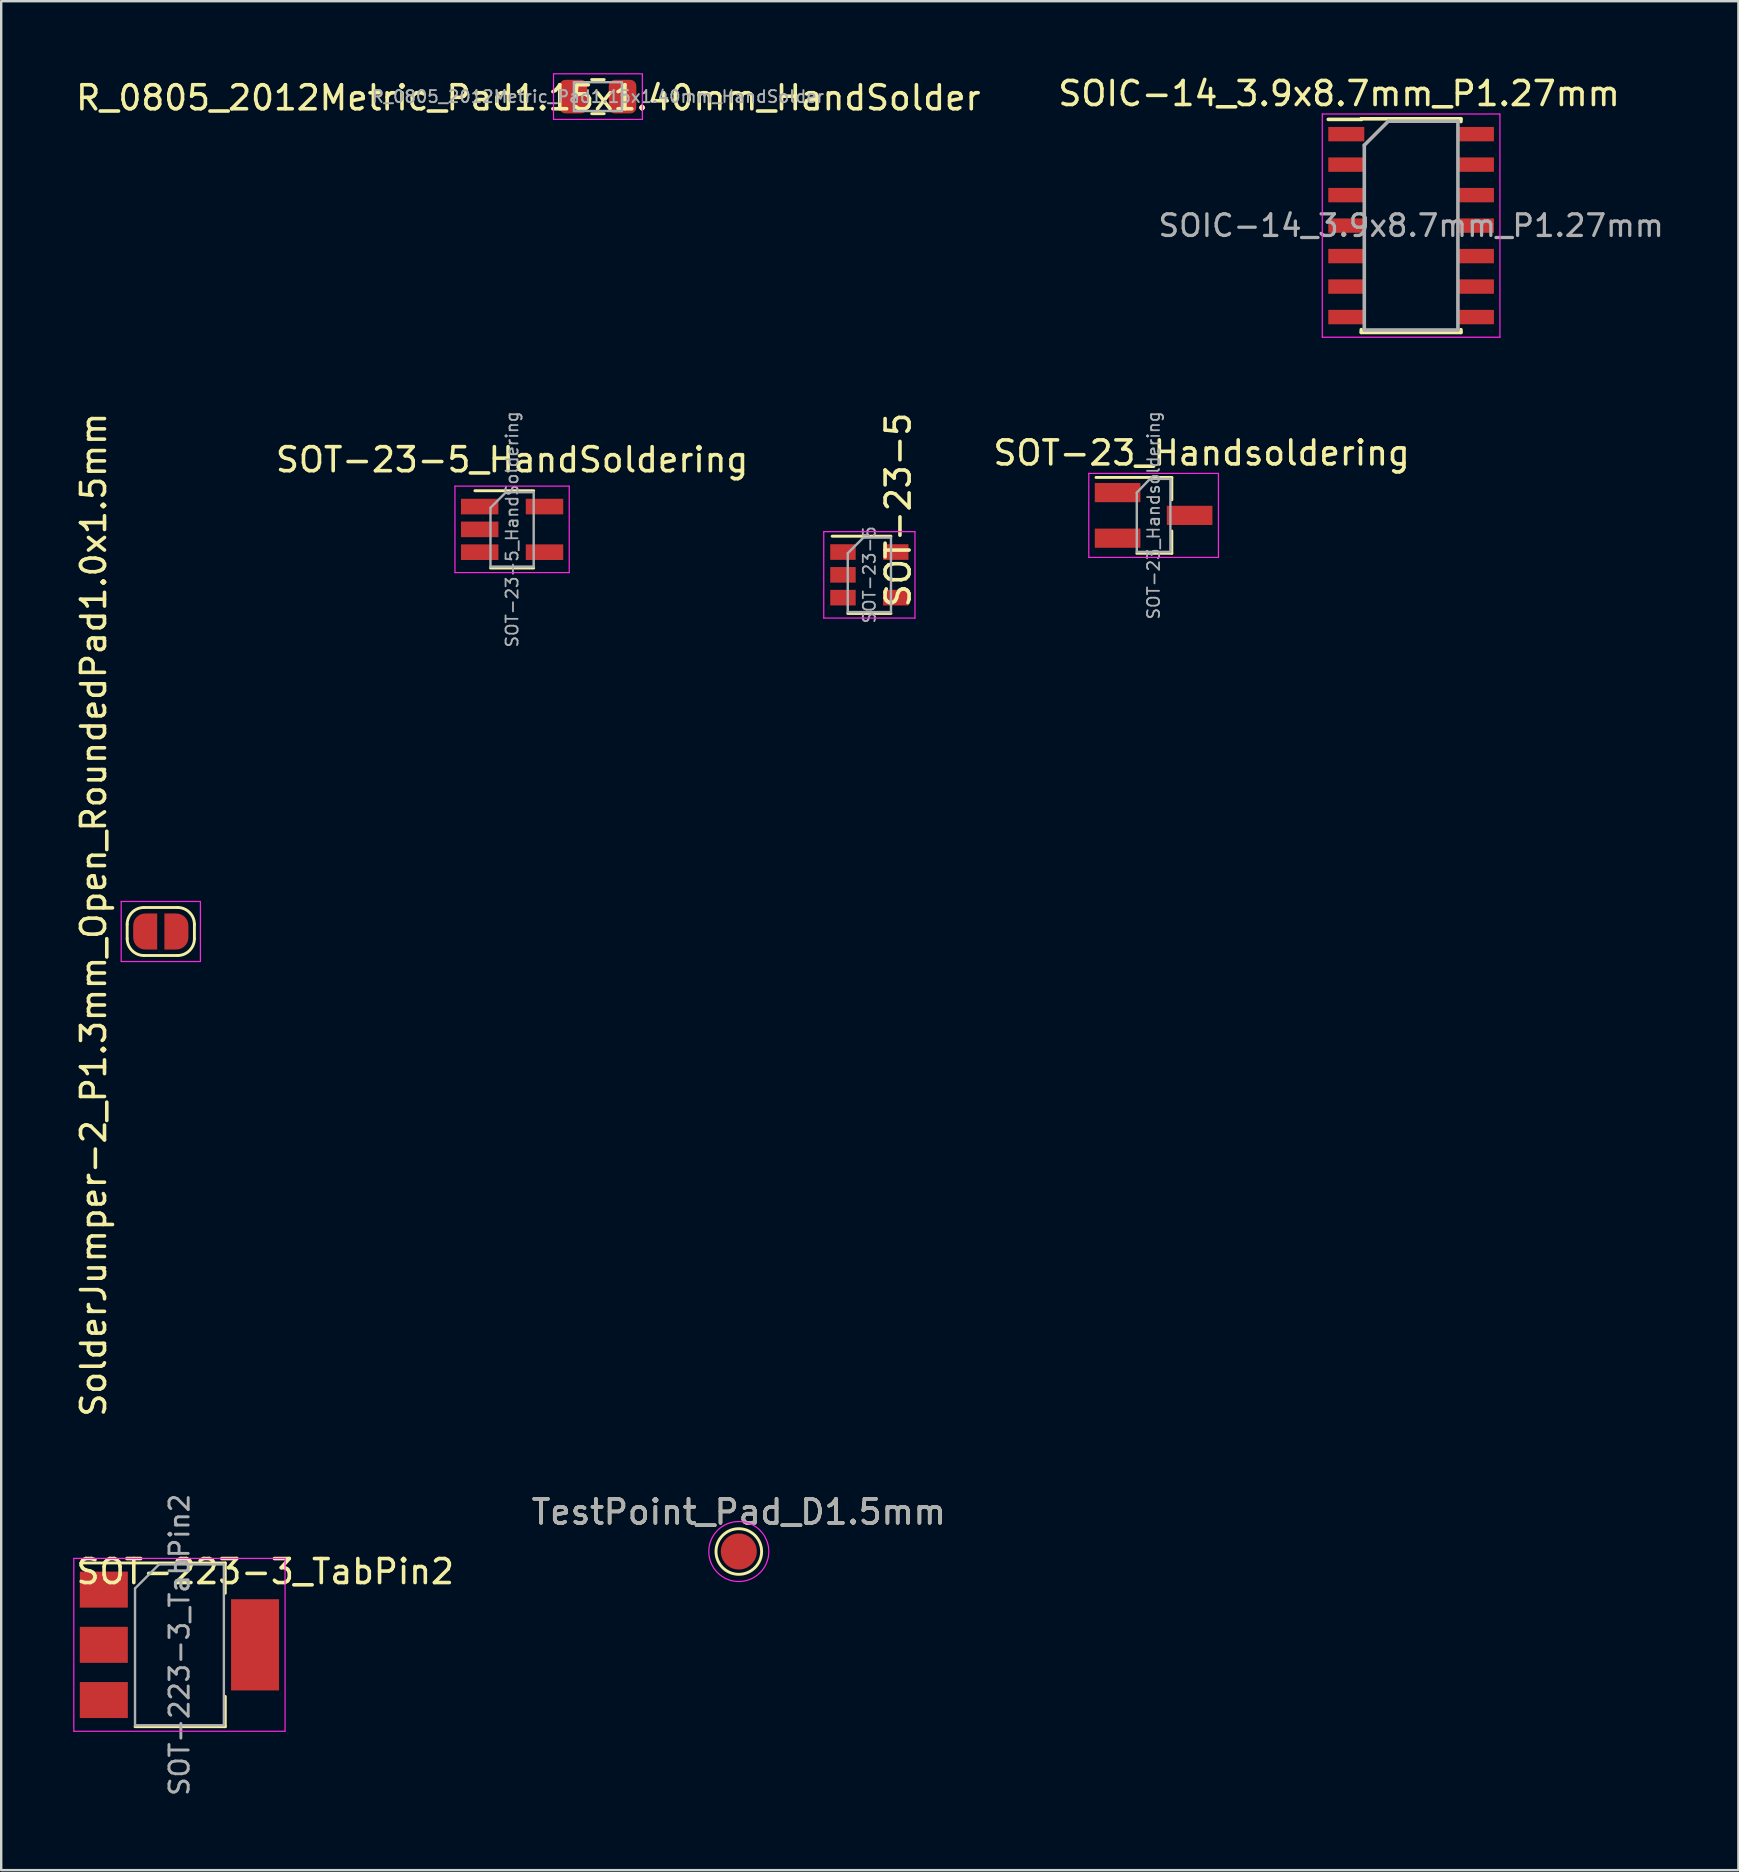
<source format=kicad_pcb>
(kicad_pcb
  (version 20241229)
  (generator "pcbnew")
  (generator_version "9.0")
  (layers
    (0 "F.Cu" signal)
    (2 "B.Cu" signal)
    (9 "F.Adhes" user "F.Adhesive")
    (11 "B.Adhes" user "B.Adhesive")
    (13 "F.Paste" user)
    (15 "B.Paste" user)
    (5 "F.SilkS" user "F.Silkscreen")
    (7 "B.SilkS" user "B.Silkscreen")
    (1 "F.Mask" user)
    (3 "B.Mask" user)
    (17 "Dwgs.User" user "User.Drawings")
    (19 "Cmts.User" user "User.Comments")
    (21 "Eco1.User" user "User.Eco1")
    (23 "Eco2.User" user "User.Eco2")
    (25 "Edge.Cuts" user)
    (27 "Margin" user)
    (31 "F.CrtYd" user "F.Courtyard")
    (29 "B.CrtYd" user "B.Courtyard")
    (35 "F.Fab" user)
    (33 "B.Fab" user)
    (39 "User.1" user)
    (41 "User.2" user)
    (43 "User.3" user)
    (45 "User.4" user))
  (footprint "SOIC-14_3.9x8.7mm_P1.27mm"
    (layer "F.Cu")
    (at 55.732 6.348)
    (property "Reference" "SOIC-14_3.9x8.7mm_P1.27mm" (at -3 -5.5 0) (layer "F.SilkS") (effects (font (size 1 1) (thickness 0.15))))
    (attr smd)
    (fp_line (start -2.075 -4.45) (end -2.075 -4.425) (stroke (width 0.15) (type solid)) (layer "F.SilkS"))
    (fp_line (start -2.075 -4.45) (end 2.075 -4.45) (stroke (width 0.15) (type solid)) (layer "F.SilkS"))
    (fp_line (start -2.075 -4.425) (end -3.45 -4.425) (stroke (width 0.15) (type solid)) (layer "F.SilkS"))
    (fp_line (start -2.075 4.45) (end -2.075 4.335) (stroke (width 0.15) (type solid)) (layer "F.SilkS"))
    (fp_line (start -2.075 4.45) (end 2.075 4.45) (stroke (width 0.15) (type solid)) (layer "F.SilkS"))
    (fp_line (start 2.075 -4.45) (end 2.075 -4.335) (stroke (width 0.15) (type solid)) (layer "F.SilkS"))
    (fp_line (start 2.075 4.45) (end 2.075 4.335) (stroke (width 0.15) (type solid)) (layer "F.SilkS"))
    (fp_line (start -3.7 -4.65) (end -3.7 4.65) (stroke (width 0.05) (type solid)) (layer "F.CrtYd"))
    (fp_line (start -3.7 -4.65) (end 3.7 -4.65) (stroke (width 0.05) (type solid)) (layer "F.CrtYd"))
    (fp_line (start -3.7 4.65) (end 3.7 4.65) (stroke (width 0.05) (type solid)) (layer "F.CrtYd"))
    (fp_line (start 3.7 -4.65) (end 3.7 4.65) (stroke (width 0.05) (type solid)) (layer "F.CrtYd"))
    (fp_line (start -1.95 -3.35) (end -0.95 -4.35) (stroke (width 0.15) (type solid)) (layer "F.Fab"))
    (fp_line (start -1.95 4.35) (end -1.95 -3.35) (stroke (width 0.15) (type solid)) (layer "F.Fab"))
    (fp_line (start -0.95 -4.35) (end 1.95 -4.35) (stroke (width 0.15) (type solid)) (layer "F.Fab"))
    (fp_line (start 1.95 -4.35) (end 1.95 4.35) (stroke (width 0.15) (type solid)) (layer "F.Fab"))
    (fp_line (start 1.95 4.35) (end -1.95 4.35) (stroke (width 0.15) (type solid)) (layer "F.Fab"))
    (fp_text user "${REFERENCE}" (at 0 0 0) (layer "F.Fab") (effects (font (size 0.9 0.9) (thickness 0.135))))
    (pad "1" smd rect (at -2.7 -3.81) (size 1.5 0.6) (layers "F.Cu" "F.Mask" "F.Paste"))
    (pad "2" smd rect (at -2.7 -2.54) (size 1.5 0.6) (layers "F.Cu" "F.Mask" "F.Paste"))
    (pad "3" smd rect (at -2.7 -1.27) (size 1.5 0.6) (layers "F.Cu" "F.Mask" "F.Paste"))
    (pad "4" smd rect (at -2.7 0) (size 1.5 0.6) (layers "F.Cu" "F.Mask" "F.Paste"))
    (pad "5" smd rect (at -2.7 1.27) (size 1.5 0.6) (layers "F.Cu" "F.Mask" "F.Paste"))
    (pad "6" smd rect (at -2.7 2.54) (size 1.5 0.6) (layers "F.Cu" "F.Mask" "F.Paste"))
    (pad "7" smd rect (at -2.7 3.81) (size 1.5 0.6) (layers "F.Cu" "F.Mask" "F.Paste"))
    (pad "8" smd rect (at 2.7 3.81) (size 1.5 0.6) (layers "F.Cu" "F.Mask" "F.Paste"))
    (pad "9" smd rect (at 2.7 2.54) (size 1.5 0.6) (layers "F.Cu" "F.Mask" "F.Paste"))
    (pad "10" smd rect (at 2.7 1.27) (size 1.5 0.6) (layers "F.Cu" "F.Mask" "F.Paste"))
    (pad "11" smd rect (at 2.7 0) (size 1.5 0.6) (layers "F.Cu" "F.Mask" "F.Paste"))
    (pad "12" smd rect (at 2.7 -1.27) (size 1.5 0.6) (layers "F.Cu" "F.Mask" "F.Paste"))
    (pad "13" smd rect (at 2.7 -2.54) (size 1.5 0.6) (layers "F.Cu" "F.Mask" "F.Paste"))
    (pad "14" smd rect (at 2.7 -3.81) (size 1.5 0.6) (layers "F.Cu" "F.Mask" "F.Paste")))
  (footprint "SOT-23-5"
    (layer "F.Cu")
    (at 33.165 20.896)
    (property "Reference" "SOT-23-5" (at 1.2 -2.7 90) (layer "F.SilkS") (effects (font (size 1 1) (thickness 0.15))))
    (attr smd)
    (fp_line (start -0.9 1.61) (end 0.9 1.61) (stroke (width 0.12) (type solid)) (layer "F.SilkS"))
    (fp_line (start 0.9 -1.61) (end -1.55 -1.61) (stroke (width 0.12) (type solid)) (layer "F.SilkS"))
    (fp_line (start -1.9 -1.8) (end 1.9 -1.8) (stroke (width 0.05) (type solid)) (layer "F.CrtYd"))
    (fp_line (start -1.9 1.8) (end -1.9 -1.8) (stroke (width 0.05) (type solid)) (layer "F.CrtYd"))
    (fp_line (start 1.9 -1.8) (end 1.9 1.8) (stroke (width 0.05) (type solid)) (layer "F.CrtYd"))
    (fp_line (start 1.9 1.8) (end -1.9 1.8) (stroke (width 0.05) (type solid)) (layer "F.CrtYd"))
    (fp_line (start -0.9 -0.9) (end -0.9 1.55) (stroke (width 0.1) (type solid)) (layer "F.Fab"))
    (fp_line (start -0.9 -0.9) (end -0.25 -1.55) (stroke (width 0.1) (type solid)) (layer "F.Fab"))
    (fp_line (start 0.9 -1.55) (end -0.25 -1.55) (stroke (width 0.1) (type solid)) (layer "F.Fab"))
    (fp_line (start 0.9 -1.55) (end 0.9 1.55) (stroke (width 0.1) (type solid)) (layer "F.Fab"))
    (fp_line (start 0.9 1.55) (end -0.9 1.55) (stroke (width 0.1) (type solid)) (layer "F.Fab"))
    (fp_text user "${REFERENCE}" (at 0 0 90) (layer "F.Fab") (effects (font (size 0.5 0.5) (thickness 0.075))))
    (pad "1" smd rect (at -1.1 -0.95) (size 1.06 0.65) (layers "F.Cu" "F.Mask" "F.Paste"))
    (pad "2" smd rect (at -1.1 0) (size 1.06 0.65) (layers "F.Cu" "F.Mask" "F.Paste"))
    (pad "3" smd rect (at -1.1 0.95) (size 1.06 0.65) (layers "F.Cu" "F.Mask" "F.Paste"))
    (pad "4" smd rect (at 1.1 0.95) (size 1.06 0.65) (layers "F.Cu" "F.Mask" "F.Paste"))
    (pad "5" smd rect (at 1.1 -0.95) (size 1.06 0.65) (layers "F.Cu" "F.Mask" "F.Paste")))
  (footprint "SOT-223-3_TabPin2"
    (layer "F.Cu")
    (at 4.425 65.468)
    (property "Reference" "SOT-223-3_TabPin2" (at 3.575 -3.05 180) (layer "F.SilkS") (effects (font (size 1 1) (thickness 0.15))))
    (attr smd)
    (fp_line (start -4.1 -3.41) (end 1.91 -3.41) (stroke (width 0.12) (type solid)) (layer "F.SilkS"))
    (fp_line (start -1.85 3.41) (end 1.91 3.41) (stroke (width 0.12) (type solid)) (layer "F.SilkS"))
    (fp_line (start 1.91 -3.41) (end 1.91 -2.15) (stroke (width 0.12) (type solid)) (layer "F.SilkS"))
    (fp_line (start 1.91 3.41) (end 1.91 2.15) (stroke (width 0.12) (type solid)) (layer "F.SilkS"))
    (fp_line (start -4.4 -3.6) (end -4.4 3.6) (stroke (width 0.05) (type solid)) (layer "F.CrtYd"))
    (fp_line (start -4.4 3.6) (end 4.4 3.6) (stroke (width 0.05) (type solid)) (layer "F.CrtYd"))
    (fp_line (start 4.4 -3.6) (end -4.4 -3.6) (stroke (width 0.05) (type solid)) (layer "F.CrtYd"))
    (fp_line (start 4.4 3.6) (end 4.4 -3.6) (stroke (width 0.05) (type solid)) (layer "F.CrtYd"))
    (fp_line (start -1.85 -2.35) (end -1.85 3.35) (stroke (width 0.1) (type solid)) (layer "F.Fab"))
    (fp_line (start -1.85 -2.35) (end -0.85 -3.35) (stroke (width 0.1) (type solid)) (layer "F.Fab"))
    (fp_line (start -1.85 3.35) (end 1.85 3.35) (stroke (width 0.1) (type solid)) (layer "F.Fab"))
    (fp_line (start -0.85 -3.35) (end 1.85 -3.35) (stroke (width 0.1) (type solid)) (layer "F.Fab"))
    (fp_line (start 1.85 -3.35) (end 1.85 3.35) (stroke (width 0.1) (type solid)) (layer "F.Fab"))
    (fp_text user "${REFERENCE}" (at 0 0 90) (layer "F.Fab") (effects (font (size 0.8 0.8) (thickness 0.12))))
    (pad "1" smd rect (at -3.15 -2.3) (size 2 1.5) (layers "F.Cu" "F.Mask" "F.Paste"))
    (pad "2" smd rect (at -3.15 0) (size 2 1.5) (layers "F.Cu" "F.Mask" "F.Paste"))
    (pad "2" smd rect (at 3.15 0) (size 2 3.8) (layers "F.Cu" "F.Mask" "F.Paste"))
    (pad "3" smd rect (at -3.15 2.3) (size 2 1.5) (layers "F.Cu" "F.Mask" "F.Paste")))
  (footprint "SOT-23_Handsoldering"
    (layer "F.Cu")
    (at 45.005 18.419)
    (property "Reference" "SOT-23_Handsoldering" (at 2 -2.6 0) (layer "F.SilkS") (effects (font (size 1 1) (thickness 0.15))))
    (attr smd)
    (fp_line (start 0.76 -1.58) (end -2.4 -1.58) (stroke (width 0.12) (type solid)) (layer "F.SilkS"))
    (fp_line (start 0.76 -1.58) (end 0.76 -0.65) (stroke (width 0.12) (type solid)) (layer "F.SilkS"))
    (fp_line (start 0.76 1.58) (end -0.7 1.58) (stroke (width 0.12) (type solid)) (layer "F.SilkS"))
    (fp_line (start 0.76 1.58) (end 0.76 0.65) (stroke (width 0.12) (type solid)) (layer "F.SilkS"))
    (fp_line (start -2.7 -1.75) (end 2.7 -1.75) (stroke (width 0.05) (type solid)) (layer "F.CrtYd"))
    (fp_line (start -2.7 1.75) (end -2.7 -1.75) (stroke (width 0.05) (type solid)) (layer "F.CrtYd"))
    (fp_line (start 2.7 -1.75) (end 2.7 1.75) (stroke (width 0.05) (type solid)) (layer "F.CrtYd"))
    (fp_line (start 2.7 1.75) (end -2.7 1.75) (stroke (width 0.05) (type solid)) (layer "F.CrtYd"))
    (fp_line (start -0.7 -0.95) (end -0.7 1.5) (stroke (width 0.1) (type solid)) (layer "F.Fab"))
    (fp_line (start -0.7 -0.95) (end -0.15 -1.52) (stroke (width 0.1) (type solid)) (layer "F.Fab"))
    (fp_line (start -0.7 1.52) (end 0.7 1.52) (stroke (width 0.1) (type solid)) (layer "F.Fab"))
    (fp_line (start -0.15 -1.52) (end 0.7 -1.52) (stroke (width 0.1) (type solid)) (layer "F.Fab"))
    (fp_line (start 0.7 -1.52) (end 0.7 1.52) (stroke (width 0.1) (type solid)) (layer "F.Fab"))
    (fp_text user "${REFERENCE}" (at 0 0 90) (layer "F.Fab") (effects (font (size 0.5 0.5) (thickness 0.075))))
    (pad "1" smd rect (at -1.5 -0.95) (size 1.9 0.8) (layers "F.Cu" "F.Mask" "F.Paste"))
    (pad "2" smd rect (at -1.5 0.95) (size 1.9 0.8) (layers "F.Cu" "F.Mask" "F.Paste"))
    (pad "3" smd rect (at 1.5 0) (size 1.9 0.8) (layers "F.Cu" "F.Mask" "F.Paste")))
  (footprint "SOT-23-5_HandSoldering"
    (layer "F.Cu")
    (at 18.282 19.002)
    (property "Reference" "SOT-23-5_HandSoldering" (at 0 -2.9 0) (layer "F.SilkS") (effects (font (size 1 1) (thickness 0.15))))
    (attr smd)
    (fp_line (start -0.9 1.61) (end 0.9 1.61) (stroke (width 0.12) (type solid)) (layer "F.SilkS"))
    (fp_line (start 0.9 -1.61) (end -1.55 -1.61) (stroke (width 0.12) (type solid)) (layer "F.SilkS"))
    (fp_line (start -2.38 -1.8) (end -2.38 1.8) (stroke (width 0.05) (type solid)) (layer "F.CrtYd"))
    (fp_line (start -2.38 -1.8) (end 2.38 -1.8) (stroke (width 0.05) (type solid)) (layer "F.CrtYd"))
    (fp_line (start 2.38 1.8) (end -2.38 1.8) (stroke (width 0.05) (type solid)) (layer "F.CrtYd"))
    (fp_line (start 2.38 1.8) (end 2.38 -1.8) (stroke (width 0.05) (type solid)) (layer "F.CrtYd"))
    (fp_line (start -0.9 -0.9) (end -0.9 1.55) (stroke (width 0.1) (type solid)) (layer "F.Fab"))
    (fp_line (start -0.9 -0.9) (end -0.25 -1.55) (stroke (width 0.1) (type solid)) (layer "F.Fab"))
    (fp_line (start 0.9 -1.55) (end -0.25 -1.55) (stroke (width 0.1) (type solid)) (layer "F.Fab"))
    (fp_line (start 0.9 -1.55) (end 0.9 1.55) (stroke (width 0.1) (type solid)) (layer "F.Fab"))
    (fp_line (start 0.9 1.55) (end -0.9 1.55) (stroke (width 0.1) (type solid)) (layer "F.Fab"))
    (fp_text user "${REFERENCE}" (at 0 0 90) (layer "F.Fab") (effects (font (size 0.5 0.5) (thickness 0.075))))
    (pad "1" smd rect (at -1.35 -0.95) (size 1.56 0.65) (layers "F.Cu" "F.Mask" "F.Paste"))
    (pad "2" smd rect (at -1.35 0) (size 1.56 0.65) (layers "F.Cu" "F.Mask" "F.Paste"))
    (pad "3" smd rect (at -1.35 0.95) (size 1.56 0.65) (layers "F.Cu" "F.Mask" "F.Paste"))
    (pad "4" smd rect (at 1.35 0.95) (size 1.56 0.65) (layers "F.Cu" "F.Mask" "F.Paste"))
    (pad "5" smd rect (at 1.35 -0.95) (size 1.56 0.65) (layers "F.Cu" "F.Mask" "F.Paste")))
  (footprint "TestPoint_Pad_D1.5mm"
    (layer "F.Cu")
    (at 27.726 61.581)
    (property "Reference" "TestPoint_Pad_D1.5mm" (at 0 -1.648 0) (layer "F.SilkS") (effects (font (size 1 1) (thickness 0.15))))
    (attr exclude_from_pos_files exclude_from_bom)
    (fp_circle (center 0 0) (end 0 0.95) (stroke (width 0.12) (type solid)) (fill no) (layer "F.SilkS"))
    (fp_circle (center 0 0) (end 1.25 0) (stroke (width 0.05) (type solid)) (fill no) (layer "F.CrtYd"))
    (fp_text user "${REFERENCE}" (at 0 -1.65 0) (layer "F.Fab") (effects (font (size 1 1) (thickness 0.15))))
    (pad "1" smd circle (at 0 0) (size 1.5 1.5) (layers "F.Cu" "F.Mask")))
  (footprint "SolderJumper-2_P1.3mm_Open_RoundedPad1.0x1.5mm"
    (layer "F.Cu")
    (at 3.648 35.753)
    (property "Reference" "SolderJumper-2_P1.3mm_Open_RoundedPad1.0x1.5mm" (at -2.8 -0.7 90) (layer "F.SilkS") (effects (font (size 1 1) (thickness 0.15))))
    (attr exclude_from_pos_files exclude_from_bom)
    (fp_line (start -1.4 0.3) (end -1.4 -0.3) (stroke (width 0.12) (type solid)) (layer "F.SilkS"))
    (fp_line (start -0.7 -1) (end 0.7 -1) (stroke (width 0.12) (type solid)) (layer "F.SilkS"))
    (fp_line (start 0.7 1) (end -0.7 1) (stroke (width 0.12) (type solid)) (layer "F.SilkS"))
    (fp_line (start 1.4 -0.3) (end 1.4 0.3) (stroke (width 0.12) (type solid)) (layer "F.SilkS"))
    (fp_arc (start -1.4 -0.3) (mid -1.194975 -0.794975) (end -0.7 -1) (stroke (width 0.12) (type solid)) (layer "F.SilkS"))
    (fp_arc (start -0.7 1) (mid -1.194975 0.794975) (end -1.4 0.3) (stroke (width 0.12) (type solid)) (layer "F.SilkS"))
    (fp_arc (start 0.7 -1) (mid 1.194975 -0.794975) (end 1.4 -0.3) (stroke (width 0.12) (type solid)) (layer "F.SilkS"))
    (fp_arc (start 1.4 0.3) (mid 1.194975 0.794975) (end 0.7 1) (stroke (width 0.12) (type solid)) (layer "F.SilkS"))
    (fp_line (start -1.65 -1.25) (end -1.65 1.25) (stroke (width 0.05) (type solid)) (layer "F.CrtYd"))
    (fp_line (start -1.65 -1.25) (end 1.65 -1.25) (stroke (width 0.05) (type solid)) (layer "F.CrtYd"))
    (fp_line (start 1.65 1.25) (end -1.65 1.25) (stroke (width 0.05) (type solid)) (layer "F.CrtYd"))
    (fp_line (start 1.65 1.25) (end 1.65 -1.25) (stroke (width 0.05) (type solid)) (layer "F.CrtYd"))
    (pad "1" smd custom (at -0.65 0) (size 1 0.5) (layers "F.Cu" "F.Mask") (options (anchor rect)) (primitives (gr_circle (center 0 0.25) (end 0.5 0.25) (width 0) (fill yes)) (gr_circle (center 0 -0.25) (end 0.5 -0.25) (width 0) (fill yes)) (gr_poly (pts (xy 0 -0.75) (xy 0.5 -0.75) (xy 0.5 0.75) (xy 0 0.75)) (width 0) (fill yes))))
    (pad "2" smd custom (at 0.65 0) (size 1 0.5) (layers "F.Cu" "F.Mask") (options (anchor rect)) (primitives (gr_circle (center 0 0.25) (end 0.5 0.25) (width 0) (fill yes)) (gr_circle (center 0 -0.25) (end 0.5 -0.25) (width 0) (fill yes)) (gr_poly (pts (xy 0 -0.75) (xy -0.5 -0.75) (xy -0.5 0.75) (xy 0 0.75)) (width 0) (fill yes)))))
  (footprint "R_0805_2012Metric_Pad1.15x1.40mm_HandSolder"
    (layer "F.Cu")
    (at 21.858 0.975)
    (property "Reference" "R_0805_2012Metric_Pad1.15x1.40mm_HandSolder" (at -2.9 0.05 0) (layer "F.SilkS") (effects (font (size 1 1) (thickness 0.15))))
    (attr smd)
    (fp_line (start -0.261 -0.71) (end 0.261 -0.71) (stroke (width 0.12) (type solid)) (layer "F.SilkS"))
    (fp_line (start -0.261 0.71) (end 0.261 0.71) (stroke (width 0.12) (type solid)) (layer "F.SilkS"))
    (fp_line (start -1.85 -0.95) (end 1.85 -0.95) (stroke (width 0.05) (type solid)) (layer "F.CrtYd"))
    (fp_line (start -1.85 0.95) (end -1.85 -0.95) (stroke (width 0.05) (type solid)) (layer "F.CrtYd"))
    (fp_line (start 1.85 -0.95) (end 1.85 0.95) (stroke (width 0.05) (type solid)) (layer "F.CrtYd"))
    (fp_line (start 1.85 0.95) (end -1.85 0.95) (stroke (width 0.05) (type solid)) (layer "F.CrtYd"))
    (fp_line (start -1 -0.6) (end 1 -0.6) (stroke (width 0.1) (type solid)) (layer "F.Fab"))
    (fp_line (start -1 0.6) (end -1 -0.6) (stroke (width 0.1) (type solid)) (layer "F.Fab"))
    (fp_line (start 1 -0.6) (end 1 0.6) (stroke (width 0.1) (type solid)) (layer "F.Fab"))
    (fp_line (start 1 0.6) (end -1 0.6) (stroke (width 0.1) (type solid)) (layer "F.Fab"))
    (fp_text user "${REFERENCE}" (at 0 0 0) (layer "F.Fab") (effects (font (size 0.5 0.5) (thickness 0.08))))
    (pad "1" smd roundrect (at -1.025 0) (size 1.15 1.4) (layers "F.Cu" "F.Mask" "F.Paste") (roundrect_rratio 0.217))
    (pad "2" smd roundrect (at 1.025 0) (size 1.15 1.4) (layers "F.Cu" "F.Mask" "F.Paste") (roundrect_rratio 0.217)))
  (gr_rect
    (start -3 -3)
    (end 69.366 74.854)
    (stroke (width 0.1) (type default))
    (fill no)
    (layer "Edge.Cuts")))
</source>
